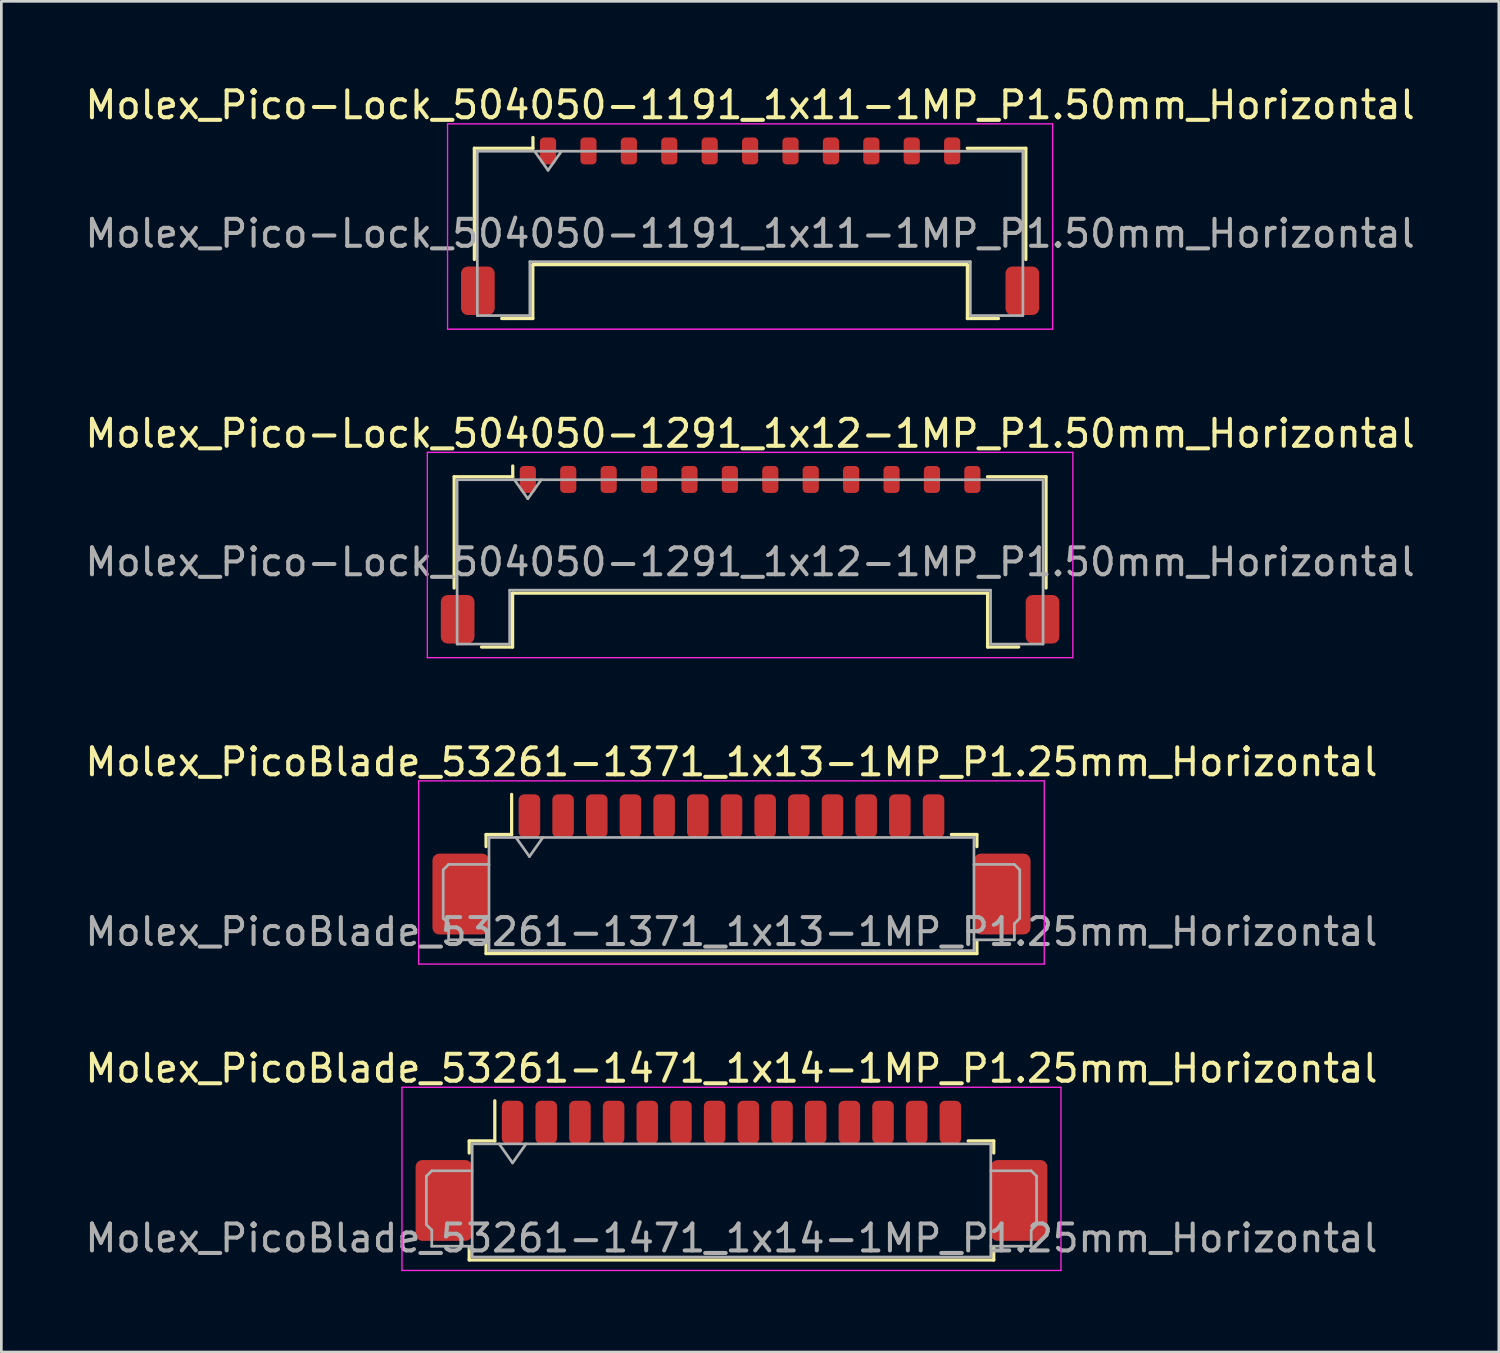
<source format=kicad_pcb>
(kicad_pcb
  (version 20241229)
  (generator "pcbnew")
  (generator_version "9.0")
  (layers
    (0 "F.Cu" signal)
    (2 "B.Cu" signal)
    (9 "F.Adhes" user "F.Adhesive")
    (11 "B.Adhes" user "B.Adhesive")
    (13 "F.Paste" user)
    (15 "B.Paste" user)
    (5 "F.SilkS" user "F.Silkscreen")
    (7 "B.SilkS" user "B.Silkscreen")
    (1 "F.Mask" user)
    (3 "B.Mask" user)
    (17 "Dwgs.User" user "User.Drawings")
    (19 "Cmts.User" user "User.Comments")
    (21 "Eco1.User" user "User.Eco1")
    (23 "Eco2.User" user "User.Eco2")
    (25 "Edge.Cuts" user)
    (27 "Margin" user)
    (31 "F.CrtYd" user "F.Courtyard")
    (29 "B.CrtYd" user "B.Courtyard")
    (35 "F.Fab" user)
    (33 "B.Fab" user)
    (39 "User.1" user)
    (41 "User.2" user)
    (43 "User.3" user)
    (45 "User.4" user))
  (footprint "Molex_Pico-Lock_504050-1291_1x12-1MP_P1.50mm_Horizontal"
    (layer "F.Cu")
    (at 24.792 17.541)
    (property "Reference" "Molex_Pico-Lock_504050-1291_1x12-1MP_P1.50mm_Horizontal" (at 0 -4.5 0) (layer "F.SilkS") (effects (font (size 1 1) (thickness 0.15))))
    (attr smd)
    (fp_line (start -10.985 -2.895) (end -8.81 -2.895) (stroke (width 0.12) (type solid)) (layer "F.SilkS"))
    (fp_line (start -10.985 1.235) (end -10.985 -2.895) (stroke (width 0.12) (type solid)) (layer "F.SilkS"))
    (fp_line (start -9.97 3.425) (end -8.815 3.425) (stroke (width 0.12) (type solid)) (layer "F.SilkS"))
    (fp_line (start -8.815 1.425) (end 8.815 1.425) (stroke (width 0.12) (type solid)) (layer "F.SilkS"))
    (fp_line (start -8.815 3.425) (end -8.815 1.425) (stroke (width 0.12) (type solid)) (layer "F.SilkS"))
    (fp_line (start -8.81 -2.895) (end -8.81 -3.295) (stroke (width 0.12) (type solid)) (layer "F.SilkS"))
    (fp_line (start 8.815 1.425) (end 8.815 3.425) (stroke (width 0.12) (type solid)) (layer "F.SilkS"))
    (fp_line (start 8.815 3.425) (end 9.97 3.425) (stroke (width 0.12) (type solid)) (layer "F.SilkS"))
    (fp_line (start 10.985 -2.895) (end 8.81 -2.895) (stroke (width 0.12) (type solid)) (layer "F.SilkS"))
    (fp_line (start 10.985 1.235) (end 10.985 -2.895) (stroke (width 0.12) (type solid)) (layer "F.SilkS"))
    (fp_line (start -11.98 -3.8) (end -11.98 3.82) (stroke (width 0.05) (type solid)) (layer "F.CrtYd"))
    (fp_line (start -11.98 3.82) (end 11.98 3.82) (stroke (width 0.05) (type solid)) (layer "F.CrtYd"))
    (fp_line (start 11.98 -3.8) (end -11.98 -3.8) (stroke (width 0.05) (type solid)) (layer "F.CrtYd"))
    (fp_line (start 11.98 3.82) (end 11.98 -3.8) (stroke (width 0.05) (type solid)) (layer "F.CrtYd"))
    (fp_line (start -10.875 -2.785) (end -10.875 3.315) (stroke (width 0.1) (type solid)) (layer "F.Fab"))
    (fp_line (start -10.875 -2.785) (end 10.875 -2.785) (stroke (width 0.1) (type solid)) (layer "F.Fab"))
    (fp_line (start -10.875 3.315) (end -8.925 3.315) (stroke (width 0.1) (type solid)) (layer "F.Fab"))
    (fp_line (start -8.925 1.315) (end 8.925 1.315) (stroke (width 0.1) (type solid)) (layer "F.Fab"))
    (fp_line (start -8.925 3.315) (end -8.925 1.315) (stroke (width 0.1) (type solid)) (layer "F.Fab"))
    (fp_line (start -8.75 -2.785) (end -8.25 -2.078) (stroke (width 0.1) (type solid)) (layer "F.Fab"))
    (fp_line (start -8.25 -2.078) (end -7.75 -2.785) (stroke (width 0.1) (type solid)) (layer "F.Fab"))
    (fp_line (start 8.925 1.315) (end 8.925 3.315) (stroke (width 0.1) (type solid)) (layer "F.Fab"))
    (fp_line (start 8.925 3.315) (end 10.875 3.315) (stroke (width 0.1) (type solid)) (layer "F.Fab"))
    (fp_line (start 10.875 -2.785) (end 10.875 3.315) (stroke (width 0.1) (type solid)) (layer "F.Fab"))
    (fp_text user "${REFERENCE}" (at 0 0.27 0) (layer "F.Fab") (effects (font (size 1 1) (thickness 0.15))))
    (pad "1" smd roundrect (at -8.25 -2.795) (size 0.6 1) (layers "F.Cu" "F.Mask" "F.Paste") (roundrect_rratio 0.25))
    (pad "2" smd roundrect (at -6.75 -2.795) (size 0.6 1) (layers "F.Cu" "F.Mask" "F.Paste") (roundrect_rratio 0.25))
    (pad "3" smd roundrect (at -5.25 -2.795) (size 0.6 1) (layers "F.Cu" "F.Mask" "F.Paste") (roundrect_rratio 0.25))
    (pad "4" smd roundrect (at -3.75 -2.795) (size 0.6 1) (layers "F.Cu" "F.Mask" "F.Paste") (roundrect_rratio 0.25))
    (pad "5" smd roundrect (at -2.25 -2.795) (size 0.6 1) (layers "F.Cu" "F.Mask" "F.Paste") (roundrect_rratio 0.25))
    (pad "6" smd roundrect (at -0.75 -2.795) (size 0.6 1) (layers "F.Cu" "F.Mask" "F.Paste") (roundrect_rratio 0.25))
    (pad "7" smd roundrect (at 0.75 -2.795) (size 0.6 1) (layers "F.Cu" "F.Mask" "F.Paste") (roundrect_rratio 0.25))
    (pad "8" smd roundrect (at 2.25 -2.795) (size 0.6 1) (layers "F.Cu" "F.Mask" "F.Paste") (roundrect_rratio 0.25))
    (pad "9" smd roundrect (at 3.75 -2.795) (size 0.6 1) (layers "F.Cu" "F.Mask" "F.Paste") (roundrect_rratio 0.25))
    (pad "10" smd roundrect (at 5.25 -2.795) (size 0.6 1) (layers "F.Cu" "F.Mask" "F.Paste") (roundrect_rratio 0.25))
    (pad "11" smd roundrect (at 6.75 -2.795) (size 0.6 1) (layers "F.Cu" "F.Mask" "F.Paste") (roundrect_rratio 0.25))
    (pad "12" smd roundrect (at 8.25 -2.795) (size 0.6 1) (layers "F.Cu" "F.Mask" "F.Paste") (roundrect_rratio 0.25))
    (pad "MP" smd roundrect (at -10.855 2.395) (size 1.25 1.8) (layers "F.Cu" "F.Mask" "F.Paste") (roundrect_rratio 0.2))
    (pad "MP" smd roundrect (at 10.855 2.395) (size 1.25 1.8) (layers "F.Cu" "F.Mask" "F.Paste") (roundrect_rratio 0.2)))
  (footprint "Molex_PicoBlade_53261-1471_1x14-1MP_P1.25mm_Horizontal"
    (layer "F.Cu")
    (at 24.101 41.008)
    (property "Reference" "Molex_PicoBlade_53261-1471_1x14-1MP_P1.25mm_Horizontal" (at 0 -4.4 0) (layer "F.SilkS") (effects (font (size 1 1) (thickness 0.15))))
    (attr smd)
    (fp_line (start -9.735 -1.71) (end -8.785 -1.71) (stroke (width 0.12) (type solid)) (layer "F.SilkS"))
    (fp_line (start -9.735 -1.26) (end -9.735 -1.71) (stroke (width 0.12) (type solid)) (layer "F.SilkS"))
    (fp_line (start -9.735 2.26) (end -9.735 2.71) (stroke (width 0.12) (type solid)) (layer "F.SilkS"))
    (fp_line (start -9.735 2.71) (end 9.735 2.71) (stroke (width 0.12) (type solid)) (layer "F.SilkS"))
    (fp_line (start -8.785 -1.71) (end -8.785 -3.2) (stroke (width 0.12) (type solid)) (layer "F.SilkS"))
    (fp_line (start 9.735 -1.71) (end 8.785 -1.71) (stroke (width 0.12) (type solid)) (layer "F.SilkS"))
    (fp_line (start 9.735 -1.26) (end 9.735 -1.71) (stroke (width 0.12) (type solid)) (layer "F.SilkS"))
    (fp_line (start 9.735 2.71) (end 9.735 2.26) (stroke (width 0.12) (type solid)) (layer "F.SilkS"))
    (fp_line (start -12.23 -3.7) (end -12.23 3.1) (stroke (width 0.05) (type solid)) (layer "F.CrtYd"))
    (fp_line (start -12.23 3.1) (end 12.23 3.1) (stroke (width 0.05) (type solid)) (layer "F.CrtYd"))
    (fp_line (start 12.23 -3.7) (end -12.23 -3.7) (stroke (width 0.05) (type solid)) (layer "F.CrtYd"))
    (fp_line (start 12.23 3.1) (end 12.23 -3.7) (stroke (width 0.05) (type solid)) (layer "F.CrtYd"))
    (fp_line (start -11.325 -0.4) (end -11.325 1.4) (stroke (width 0.1) (type solid)) (layer "F.Fab"))
    (fp_line (start -11.325 1.4) (end -11.125 1.6) (stroke (width 0.1) (type solid)) (layer "F.Fab"))
    (fp_line (start -11.125 -0.6) (end -11.325 -0.4) (stroke (width 0.1) (type solid)) (layer "F.Fab"))
    (fp_line (start -11.125 1.6) (end -11.125 2.2) (stroke (width 0.1) (type solid)) (layer "F.Fab"))
    (fp_line (start -11.125 2.2) (end -9.625 2.2) (stroke (width 0.1) (type solid)) (layer "F.Fab"))
    (fp_line (start -9.625 -1.6) (end -9.625 2.6) (stroke (width 0.1) (type solid)) (layer "F.Fab"))
    (fp_line (start -9.625 -1.6) (end 9.625 -1.6) (stroke (width 0.1) (type solid)) (layer "F.Fab"))
    (fp_line (start -9.625 -0.6) (end -11.125 -0.6) (stroke (width 0.1) (type solid)) (layer "F.Fab"))
    (fp_line (start -9.625 2.6) (end 9.625 2.6) (stroke (width 0.1) (type solid)) (layer "F.Fab"))
    (fp_line (start -8.625 -1.6) (end -8.125 -0.893) (stroke (width 0.1) (type solid)) (layer "F.Fab"))
    (fp_line (start -8.125 -0.893) (end -7.625 -1.6) (stroke (width 0.1) (type solid)) (layer "F.Fab"))
    (fp_line (start 9.625 -1.6) (end 9.625 2.6) (stroke (width 0.1) (type solid)) (layer "F.Fab"))
    (fp_line (start 9.625 -0.6) (end 11.125 -0.6) (stroke (width 0.1) (type solid)) (layer "F.Fab"))
    (fp_line (start 11.125 -0.6) (end 11.325 -0.4) (stroke (width 0.1) (type solid)) (layer "F.Fab"))
    (fp_line (start 11.125 1.6) (end 11.125 2.2) (stroke (width 0.1) (type solid)) (layer "F.Fab"))
    (fp_line (start 11.125 2.2) (end 9.625 2.2) (stroke (width 0.1) (type solid)) (layer "F.Fab"))
    (fp_line (start 11.325 -0.4) (end 11.325 1.4) (stroke (width 0.1) (type solid)) (layer "F.Fab"))
    (fp_line (start 11.325 1.4) (end 11.125 1.6) (stroke (width 0.1) (type solid)) (layer "F.Fab"))
    (fp_text user "${REFERENCE}" (at 0 1.9 0) (layer "F.Fab") (effects (font (size 1 1) (thickness 0.15))))
    (pad "1" smd roundrect (at -8.125 -2.4) (size 0.8 1.6) (layers "F.Cu" "F.Mask" "F.Paste") (roundrect_rratio 0.25))
    (pad "2" smd roundrect (at -6.875 -2.4) (size 0.8 1.6) (layers "F.Cu" "F.Mask" "F.Paste") (roundrect_rratio 0.25))
    (pad "3" smd roundrect (at -5.625 -2.4) (size 0.8 1.6) (layers "F.Cu" "F.Mask" "F.Paste") (roundrect_rratio 0.25))
    (pad "4" smd roundrect (at -4.375 -2.4) (size 0.8 1.6) (layers "F.Cu" "F.Mask" "F.Paste") (roundrect_rratio 0.25))
    (pad "5" smd roundrect (at -3.125 -2.4) (size 0.8 1.6) (layers "F.Cu" "F.Mask" "F.Paste") (roundrect_rratio 0.25))
    (pad "6" smd roundrect (at -1.875 -2.4) (size 0.8 1.6) (layers "F.Cu" "F.Mask" "F.Paste") (roundrect_rratio 0.25))
    (pad "7" smd roundrect (at -0.625 -2.4) (size 0.8 1.6) (layers "F.Cu" "F.Mask" "F.Paste") (roundrect_rratio 0.25))
    (pad "8" smd roundrect (at 0.625 -2.4) (size 0.8 1.6) (layers "F.Cu" "F.Mask" "F.Paste") (roundrect_rratio 0.25))
    (pad "9" smd roundrect (at 1.875 -2.4) (size 0.8 1.6) (layers "F.Cu" "F.Mask" "F.Paste") (roundrect_rratio 0.25))
    (pad "10" smd roundrect (at 3.125 -2.4) (size 0.8 1.6) (layers "F.Cu" "F.Mask" "F.Paste") (roundrect_rratio 0.25))
    (pad "11" smd roundrect (at 4.375 -2.4) (size 0.8 1.6) (layers "F.Cu" "F.Mask" "F.Paste") (roundrect_rratio 0.25))
    (pad "12" smd roundrect (at 5.625 -2.4) (size 0.8 1.6) (layers "F.Cu" "F.Mask" "F.Paste") (roundrect_rratio 0.25))
    (pad "13" smd roundrect (at 6.875 -2.4) (size 0.8 1.6) (layers "F.Cu" "F.Mask" "F.Paste") (roundrect_rratio 0.25))
    (pad "14" smd roundrect (at 8.125 -2.4) (size 0.8 1.6) (layers "F.Cu" "F.Mask" "F.Paste") (roundrect_rratio 0.25))
    (pad "MP" smd roundrect (at -10.675 0.5) (size 2.1 3) (layers "F.Cu" "F.Mask" "F.Paste") (roundrect_rratio 0.119))
    (pad "MP" smd roundrect (at 10.675 0.5) (size 2.1 3) (layers "F.Cu" "F.Mask" "F.Paste") (roundrect_rratio 0.119)))
  (footprint "Molex_Pico-Lock_504050-1191_1x11-1MP_P1.50mm_Horizontal"
    (layer "F.Cu")
    (at 24.792 5.348)
    (property "Reference" "Molex_Pico-Lock_504050-1191_1x11-1MP_P1.50mm_Horizontal" (at 0 -4.5 0) (layer "F.SilkS") (effects (font (size 1 1) (thickness 0.15))))
    (attr smd)
    (fp_line (start -10.235 -2.895) (end -8.06 -2.895) (stroke (width 0.12) (type solid)) (layer "F.SilkS"))
    (fp_line (start -10.235 1.235) (end -10.235 -2.895) (stroke (width 0.12) (type solid)) (layer "F.SilkS"))
    (fp_line (start -9.22 3.425) (end -8.065 3.425) (stroke (width 0.12) (type solid)) (layer "F.SilkS"))
    (fp_line (start -8.065 1.425) (end 8.065 1.425) (stroke (width 0.12) (type solid)) (layer "F.SilkS"))
    (fp_line (start -8.065 3.425) (end -8.065 1.425) (stroke (width 0.12) (type solid)) (layer "F.SilkS"))
    (fp_line (start -8.06 -2.895) (end -8.06 -3.295) (stroke (width 0.12) (type solid)) (layer "F.SilkS"))
    (fp_line (start 8.065 1.425) (end 8.065 3.425) (stroke (width 0.12) (type solid)) (layer "F.SilkS"))
    (fp_line (start 8.065 3.425) (end 9.22 3.425) (stroke (width 0.12) (type solid)) (layer "F.SilkS"))
    (fp_line (start 10.235 -2.895) (end 8.06 -2.895) (stroke (width 0.12) (type solid)) (layer "F.SilkS"))
    (fp_line (start 10.235 1.235) (end 10.235 -2.895) (stroke (width 0.12) (type solid)) (layer "F.SilkS"))
    (fp_line (start -11.23 -3.8) (end -11.23 3.82) (stroke (width 0.05) (type solid)) (layer "F.CrtYd"))
    (fp_line (start -11.23 3.82) (end 11.23 3.82) (stroke (width 0.05) (type solid)) (layer "F.CrtYd"))
    (fp_line (start 11.23 -3.8) (end -11.23 -3.8) (stroke (width 0.05) (type solid)) (layer "F.CrtYd"))
    (fp_line (start 11.23 3.82) (end 11.23 -3.8) (stroke (width 0.05) (type solid)) (layer "F.CrtYd"))
    (fp_line (start -10.125 -2.785) (end -10.125 3.315) (stroke (width 0.1) (type solid)) (layer "F.Fab"))
    (fp_line (start -10.125 -2.785) (end 10.125 -2.785) (stroke (width 0.1) (type solid)) (layer "F.Fab"))
    (fp_line (start -10.125 3.315) (end -8.175 3.315) (stroke (width 0.1) (type solid)) (layer "F.Fab"))
    (fp_line (start -8.175 1.315) (end 8.175 1.315) (stroke (width 0.1) (type solid)) (layer "F.Fab"))
    (fp_line (start -8.175 3.315) (end -8.175 1.315) (stroke (width 0.1) (type solid)) (layer "F.Fab"))
    (fp_line (start -8 -2.785) (end -7.5 -2.078) (stroke (width 0.1) (type solid)) (layer "F.Fab"))
    (fp_line (start -7.5 -2.078) (end -7 -2.785) (stroke (width 0.1) (type solid)) (layer "F.Fab"))
    (fp_line (start 8.175 1.315) (end 8.175 3.315) (stroke (width 0.1) (type solid)) (layer "F.Fab"))
    (fp_line (start 8.175 3.315) (end 10.125 3.315) (stroke (width 0.1) (type solid)) (layer "F.Fab"))
    (fp_line (start 10.125 -2.785) (end 10.125 3.315) (stroke (width 0.1) (type solid)) (layer "F.Fab"))
    (fp_text user "${REFERENCE}" (at 0 0.27 0) (layer "F.Fab") (effects (font (size 1 1) (thickness 0.15))))
    (pad "1" smd roundrect (at -7.5 -2.795) (size 0.6 1) (layers "F.Cu" "F.Mask" "F.Paste") (roundrect_rratio 0.25))
    (pad "2" smd roundrect (at -6 -2.795) (size 0.6 1) (layers "F.Cu" "F.Mask" "F.Paste") (roundrect_rratio 0.25))
    (pad "3" smd roundrect (at -4.5 -2.795) (size 0.6 1) (layers "F.Cu" "F.Mask" "F.Paste") (roundrect_rratio 0.25))
    (pad "4" smd roundrect (at -3 -2.795) (size 0.6 1) (layers "F.Cu" "F.Mask" "F.Paste") (roundrect_rratio 0.25))
    (pad "5" smd roundrect (at -1.5 -2.795) (size 0.6 1) (layers "F.Cu" "F.Mask" "F.Paste") (roundrect_rratio 0.25))
    (pad "6" smd roundrect (at 0 -2.795) (size 0.6 1) (layers "F.Cu" "F.Mask" "F.Paste") (roundrect_rratio 0.25))
    (pad "7" smd roundrect (at 1.5 -2.795) (size 0.6 1) (layers "F.Cu" "F.Mask" "F.Paste") (roundrect_rratio 0.25))
    (pad "8" smd roundrect (at 3 -2.795) (size 0.6 1) (layers "F.Cu" "F.Mask" "F.Paste") (roundrect_rratio 0.25))
    (pad "9" smd roundrect (at 4.5 -2.795) (size 0.6 1) (layers "F.Cu" "F.Mask" "F.Paste") (roundrect_rratio 0.25))
    (pad "10" smd roundrect (at 6 -2.795) (size 0.6 1) (layers "F.Cu" "F.Mask" "F.Paste") (roundrect_rratio 0.25))
    (pad "11" smd roundrect (at 7.5 -2.795) (size 0.6 1) (layers "F.Cu" "F.Mask" "F.Paste") (roundrect_rratio 0.25))
    (pad "MP" smd roundrect (at -10.105 2.395) (size 1.25 1.8) (layers "F.Cu" "F.Mask" "F.Paste") (roundrect_rratio 0.2))
    (pad "MP" smd roundrect (at 10.105 2.395) (size 1.25 1.8) (layers "F.Cu" "F.Mask" "F.Paste") (roundrect_rratio 0.2)))
  (footprint "Molex_PicoBlade_53261-1371_1x13-1MP_P1.25mm_Horizontal"
    (layer "F.Cu")
    (at 24.101 29.635)
    (property "Reference" "Molex_PicoBlade_53261-1371_1x13-1MP_P1.25mm_Horizontal" (at 0 -4.4 0) (layer "F.SilkS") (effects (font (size 1 1) (thickness 0.15))))
    (attr smd)
    (fp_line (start -9.11 -1.71) (end -8.16 -1.71) (stroke (width 0.12) (type solid)) (layer "F.SilkS"))
    (fp_line (start -9.11 -1.26) (end -9.11 -1.71) (stroke (width 0.12) (type solid)) (layer "F.SilkS"))
    (fp_line (start -9.11 2.26) (end -9.11 2.71) (stroke (width 0.12) (type solid)) (layer "F.SilkS"))
    (fp_line (start -9.11 2.71) (end 9.11 2.71) (stroke (width 0.12) (type solid)) (layer "F.SilkS"))
    (fp_line (start -8.16 -1.71) (end -8.16 -3.2) (stroke (width 0.12) (type solid)) (layer "F.SilkS"))
    (fp_line (start 9.11 -1.71) (end 8.16 -1.71) (stroke (width 0.12) (type solid)) (layer "F.SilkS"))
    (fp_line (start 9.11 -1.26) (end 9.11 -1.71) (stroke (width 0.12) (type solid)) (layer "F.SilkS"))
    (fp_line (start 9.11 2.71) (end 9.11 2.26) (stroke (width 0.12) (type solid)) (layer "F.SilkS"))
    (fp_line (start -11.61 -3.7) (end -11.61 3.1) (stroke (width 0.05) (type solid)) (layer "F.CrtYd"))
    (fp_line (start -11.61 3.1) (end 11.61 3.1) (stroke (width 0.05) (type solid)) (layer "F.CrtYd"))
    (fp_line (start 11.61 -3.7) (end -11.61 -3.7) (stroke (width 0.05) (type solid)) (layer "F.CrtYd"))
    (fp_line (start 11.61 3.1) (end 11.61 -3.7) (stroke (width 0.05) (type solid)) (layer "F.CrtYd"))
    (fp_line (start -10.7 -0.4) (end -10.7 1.4) (stroke (width 0.1) (type solid)) (layer "F.Fab"))
    (fp_line (start -10.7 1.4) (end -10.5 1.6) (stroke (width 0.1) (type solid)) (layer "F.Fab"))
    (fp_line (start -10.5 -0.6) (end -10.7 -0.4) (stroke (width 0.1) (type solid)) (layer "F.Fab"))
    (fp_line (start -10.5 1.6) (end -10.5 2.2) (stroke (width 0.1) (type solid)) (layer "F.Fab"))
    (fp_line (start -10.5 2.2) (end -9 2.2) (stroke (width 0.1) (type solid)) (layer "F.Fab"))
    (fp_line (start -9 -1.6) (end -9 2.6) (stroke (width 0.1) (type solid)) (layer "F.Fab"))
    (fp_line (start -9 -1.6) (end 9 -1.6) (stroke (width 0.1) (type solid)) (layer "F.Fab"))
    (fp_line (start -9 -0.6) (end -10.5 -0.6) (stroke (width 0.1) (type solid)) (layer "F.Fab"))
    (fp_line (start -9 2.6) (end 9 2.6) (stroke (width 0.1) (type solid)) (layer "F.Fab"))
    (fp_line (start -8 -1.6) (end -7.5 -0.893) (stroke (width 0.1) (type solid)) (layer "F.Fab"))
    (fp_line (start -7.5 -0.893) (end -7 -1.6) (stroke (width 0.1) (type solid)) (layer "F.Fab"))
    (fp_line (start 9 -1.6) (end 9 2.6) (stroke (width 0.1) (type solid)) (layer "F.Fab"))
    (fp_line (start 9 -0.6) (end 10.5 -0.6) (stroke (width 0.1) (type solid)) (layer "F.Fab"))
    (fp_line (start 10.5 -0.6) (end 10.7 -0.4) (stroke (width 0.1) (type solid)) (layer "F.Fab"))
    (fp_line (start 10.5 1.6) (end 10.5 2.2) (stroke (width 0.1) (type solid)) (layer "F.Fab"))
    (fp_line (start 10.5 2.2) (end 9 2.2) (stroke (width 0.1) (type solid)) (layer "F.Fab"))
    (fp_line (start 10.7 -0.4) (end 10.7 1.4) (stroke (width 0.1) (type solid)) (layer "F.Fab"))
    (fp_line (start 10.7 1.4) (end 10.5 1.6) (stroke (width 0.1) (type solid)) (layer "F.Fab"))
    (fp_text user "${REFERENCE}" (at 0 1.9 0) (layer "F.Fab") (effects (font (size 1 1) (thickness 0.15))))
    (pad "1" smd roundrect (at -7.5 -2.4) (size 0.8 1.6) (layers "F.Cu" "F.Mask" "F.Paste") (roundrect_rratio 0.25))
    (pad "2" smd roundrect (at -6.25 -2.4) (size 0.8 1.6) (layers "F.Cu" "F.Mask" "F.Paste") (roundrect_rratio 0.25))
    (pad "3" smd roundrect (at -5 -2.4) (size 0.8 1.6) (layers "F.Cu" "F.Mask" "F.Paste") (roundrect_rratio 0.25))
    (pad "4" smd roundrect (at -3.75 -2.4) (size 0.8 1.6) (layers "F.Cu" "F.Mask" "F.Paste") (roundrect_rratio 0.25))
    (pad "5" smd roundrect (at -2.5 -2.4) (size 0.8 1.6) (layers "F.Cu" "F.Mask" "F.Paste") (roundrect_rratio 0.25))
    (pad "6" smd roundrect (at -1.25 -2.4) (size 0.8 1.6) (layers "F.Cu" "F.Mask" "F.Paste") (roundrect_rratio 0.25))
    (pad "7" smd roundrect (at 0 -2.4) (size 0.8 1.6) (layers "F.Cu" "F.Mask" "F.Paste") (roundrect_rratio 0.25))
    (pad "8" smd roundrect (at 1.25 -2.4) (size 0.8 1.6) (layers "F.Cu" "F.Mask" "F.Paste") (roundrect_rratio 0.25))
    (pad "9" smd roundrect (at 2.5 -2.4) (size 0.8 1.6) (layers "F.Cu" "F.Mask" "F.Paste") (roundrect_rratio 0.25))
    (pad "10" smd roundrect (at 3.75 -2.4) (size 0.8 1.6) (layers "F.Cu" "F.Mask" "F.Paste") (roundrect_rratio 0.25))
    (pad "11" smd roundrect (at 5 -2.4) (size 0.8 1.6) (layers "F.Cu" "F.Mask" "F.Paste") (roundrect_rratio 0.25))
    (pad "12" smd roundrect (at 6.25 -2.4) (size 0.8 1.6) (layers "F.Cu" "F.Mask" "F.Paste") (roundrect_rratio 0.25))
    (pad "13" smd roundrect (at 7.5 -2.4) (size 0.8 1.6) (layers "F.Cu" "F.Mask" "F.Paste") (roundrect_rratio 0.25))
    (pad "MP" smd roundrect (at -10.05 0.5) (size 2.1 3) (layers "F.Cu" "F.Mask" "F.Paste") (roundrect_rratio 0.119))
    (pad "MP" smd roundrect (at 10.05 0.5) (size 2.1 3) (layers "F.Cu" "F.Mask" "F.Paste") (roundrect_rratio 0.119)))
  (gr_rect
    (start -3 -3)
    (end 52.583 47.133)
    (stroke (width 0.1) (type default))
    (fill no)
    (layer "Edge.Cuts")))
</source>
